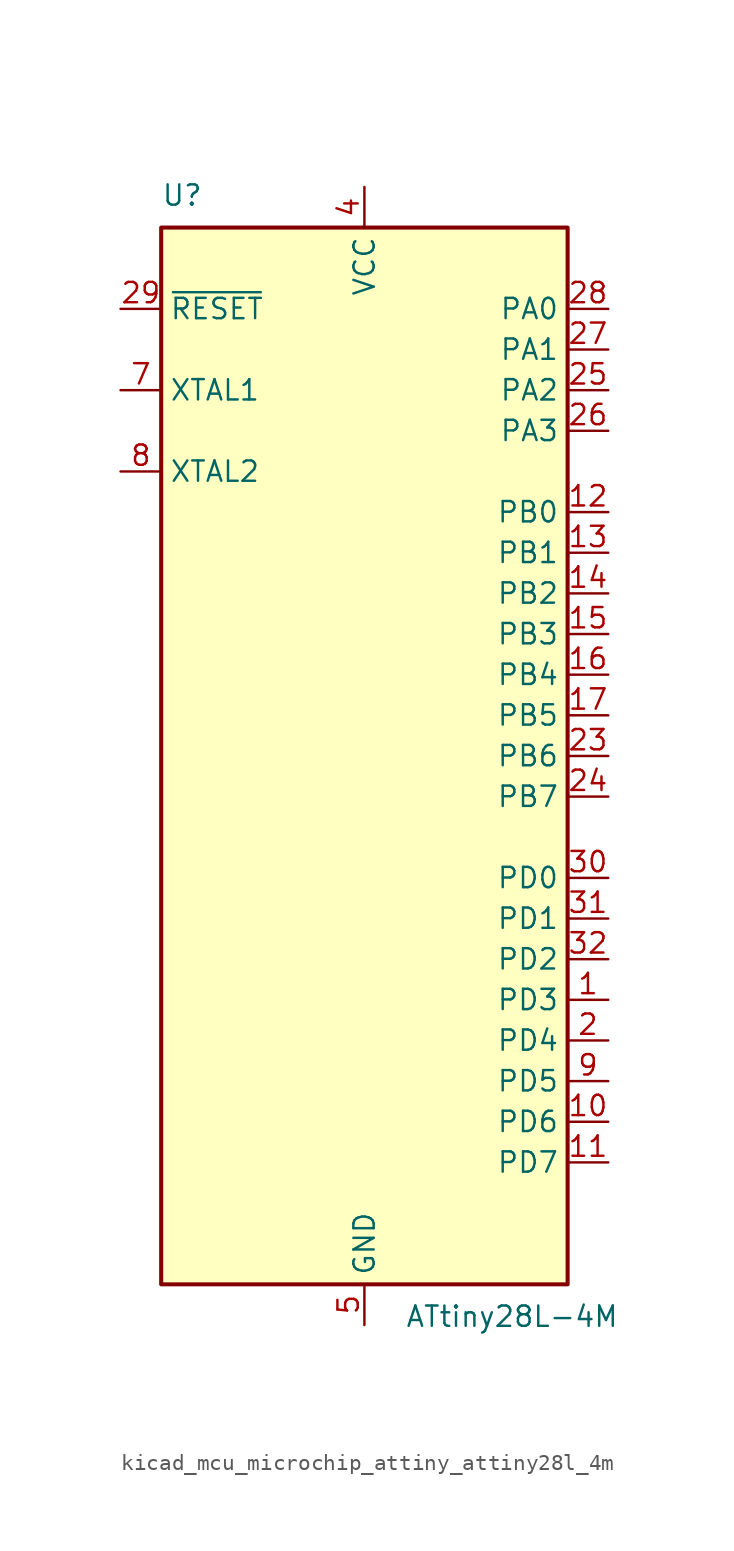
<source format=kicad_sym>
(kicad_symbol_lib
  (version 20220914)
  (generator kicad_symbol_editor)
  (symbol "kicad_mcu_microchip_attiny_attiny28l_4m"
    (property "Reference" "U"
      (at -12.7 34.29 0)
      (effects (font (size 1.27 1.27)) (justify left bottom)))
    (property "Value" "ATtiny28L-4M"
      (at 2.54 -34.29 0)
      (effects (font (size 1.27 1.27)) (justify left top)))
    (symbol "kicad_mcu_microchip_attiny_attiny28l_4m_0_1"
      (rectangle (start -12.7 -33.02) (end 12.7 33.02) (stroke (width 0.254) (type default)) (fill (type background))))
    (symbol "kicad_mcu_microchip_attiny_attiny28l_4m_1_1"
      (pin bidirectional line (at 15.24 -15.24 180) (length 2.54) (name "PD3" (effects (font (size 1.27 1.27)))) (number "1" (effects (font (size 1.27 1.27)))))
      (pin bidirectional line (at 15.24 -22.86 180) (length 2.54) (name "PD6" (effects (font (size 1.27 1.27)))) (number "10" (effects (font (size 1.27 1.27)))))
      (pin bidirectional line (at 15.24 -25.4 180) (length 2.54) (name "PD7" (effects (font (size 1.27 1.27)))) (number "11" (effects (font (size 1.27 1.27)))))
      (pin bidirectional line (at 15.24 15.24 180) (length 2.54) (name "PB0" (effects (font (size 1.27 1.27)))) (number "12" (effects (font (size 1.27 1.27)))))
      (pin bidirectional line (at 15.24 12.7 180) (length 2.54) (name "PB1" (effects (font (size 1.27 1.27)))) (number "13" (effects (font (size 1.27 1.27)))))
      (pin bidirectional line (at 15.24 10.16 180) (length 2.54) (name "PB2" (effects (font (size 1.27 1.27)))) (number "14" (effects (font (size 1.27 1.27)))))
      (pin bidirectional line (at 15.24 7.62 180) (length 2.54) (name "PB3" (effects (font (size 1.27 1.27)))) (number "15" (effects (font (size 1.27 1.27)))))
      (pin bidirectional line (at 15.24 5.08 180) (length 2.54) (name "PB4" (effects (font (size 1.27 1.27)))) (number "16" (effects (font (size 1.27 1.27)))))
      (pin bidirectional line (at 15.24 2.54 180) (length 2.54) (name "PB5" (effects (font (size 1.27 1.27)))) (number "17" (effects (font (size 1.27 1.27)))))
      (pin passive line (at 0 35.56 270) (length 2.54) hide (name "VCC" (effects (font (size 1.27 1.27)))) (number "18" (effects (font (size 1.27 1.27)))))
      (pin no_connect line (at -12.7 -25.4 0) (length 2.54) hide (name "NC" (effects (font (size 1.27 1.27)))) (number "19" (effects (font (size 1.27 1.27)))))
      (pin bidirectional line (at 15.24 -17.78 180) (length 2.54) (name "PD4" (effects (font (size 1.27 1.27)))) (number "2" (effects (font (size 1.27 1.27)))))
      (pin no_connect line (at -12.7 -27.94 0) (length 2.54) hide (name "NC" (effects (font (size 1.27 1.27)))) (number "20" (effects (font (size 1.27 1.27)))))
      (pin passive line (at 0 -35.56 90) (length 2.54) hide (name "GND" (effects (font (size 1.27 1.27)))) (number "21" (effects (font (size 1.27 1.27)))))
      (pin no_connect line (at -12.7 -30.48 0) (length 2.54) hide (name "NC" (effects (font (size 1.27 1.27)))) (number "22" (effects (font (size 1.27 1.27)))))
      (pin bidirectional line (at 15.24 0 180) (length 2.54) (name "PB6" (effects (font (size 1.27 1.27)))) (number "23" (effects (font (size 1.27 1.27)))))
      (pin bidirectional line (at 15.24 -2.54 180) (length 2.54) (name "PB7" (effects (font (size 1.27 1.27)))) (number "24" (effects (font (size 1.27 1.27)))))
      (pin bidirectional line (at 15.24 22.86 180) (length 2.54) (name "PA2" (effects (font (size 1.27 1.27)))) (number "25" (effects (font (size 1.27 1.27)))))
      (pin bidirectional line (at 15.24 20.32 180) (length 2.54) (name "PA3" (effects (font (size 1.27 1.27)))) (number "26" (effects (font (size 1.27 1.27)))))
      (pin bidirectional line (at 15.24 25.4 180) (length 2.54) (name "PA1" (effects (font (size 1.27 1.27)))) (number "27" (effects (font (size 1.27 1.27)))))
      (pin bidirectional line (at 15.24 27.94 180) (length 2.54) (name "PA0" (effects (font (size 1.27 1.27)))) (number "28" (effects (font (size 1.27 1.27)))))
      (pin input line (at -15.24 27.94 0) (length 2.54) (name "~{RESET}" (effects (font (size 1.27 1.27)))) (number "29" (effects (font (size 1.27 1.27)))))
      (pin no_connect line (at -12.7 -20.32 0) (length 2.54) hide (name "NC" (effects (font (size 1.27 1.27)))) (number "3" (effects (font (size 1.27 1.27)))))
      (pin bidirectional line (at 15.24 -7.62 180) (length 2.54) (name "PD0" (effects (font (size 1.27 1.27)))) (number "30" (effects (font (size 1.27 1.27)))))
      (pin bidirectional line (at 15.24 -10.16 180) (length 2.54) (name "PD1" (effects (font (size 1.27 1.27)))) (number "31" (effects (font (size 1.27 1.27)))))
      (pin bidirectional line (at 15.24 -12.7 180) (length 2.54) (name "PD2" (effects (font (size 1.27 1.27)))) (number "32" (effects (font (size 1.27 1.27)))))
      (pin passive line (at 0 -35.56 90) (length 2.54) hide (name "GND" (effects (font (size 1.27 1.27)))) (number "33" (effects (font (size 1.27 1.27)))))
      (pin power_in line (at 0 35.56 270) (length 2.54) (name "VCC" (effects (font (size 1.27 1.27)))) (number "4" (effects (font (size 1.27 1.27)))))
      (pin power_in line (at 0 -35.56 90) (length 2.54) (name "GND" (effects (font (size 1.27 1.27)))) (number "5" (effects (font (size 1.27 1.27)))))
      (pin no_connect line (at -12.7 -22.86 0) (length 2.54) hide (name "NC" (effects (font (size 1.27 1.27)))) (number "6" (effects (font (size 1.27 1.27)))))
      (pin input line (at -15.24 22.86 0) (length 2.54) (name "XTAL1" (effects (font (size 1.27 1.27)))) (number "7" (effects (font (size 1.27 1.27)))))
      (pin output line (at -15.24 17.78 0) (length 2.54) (name "XTAL2" (effects (font (size 1.27 1.27)))) (number "8" (effects (font (size 1.27 1.27)))))
      (pin bidirectional line (at 15.24 -20.32 180) (length 2.54) (name "PD5" (effects (font (size 1.27 1.27)))) (number "9" (effects (font (size 1.27 1.27))))))))
</source>
